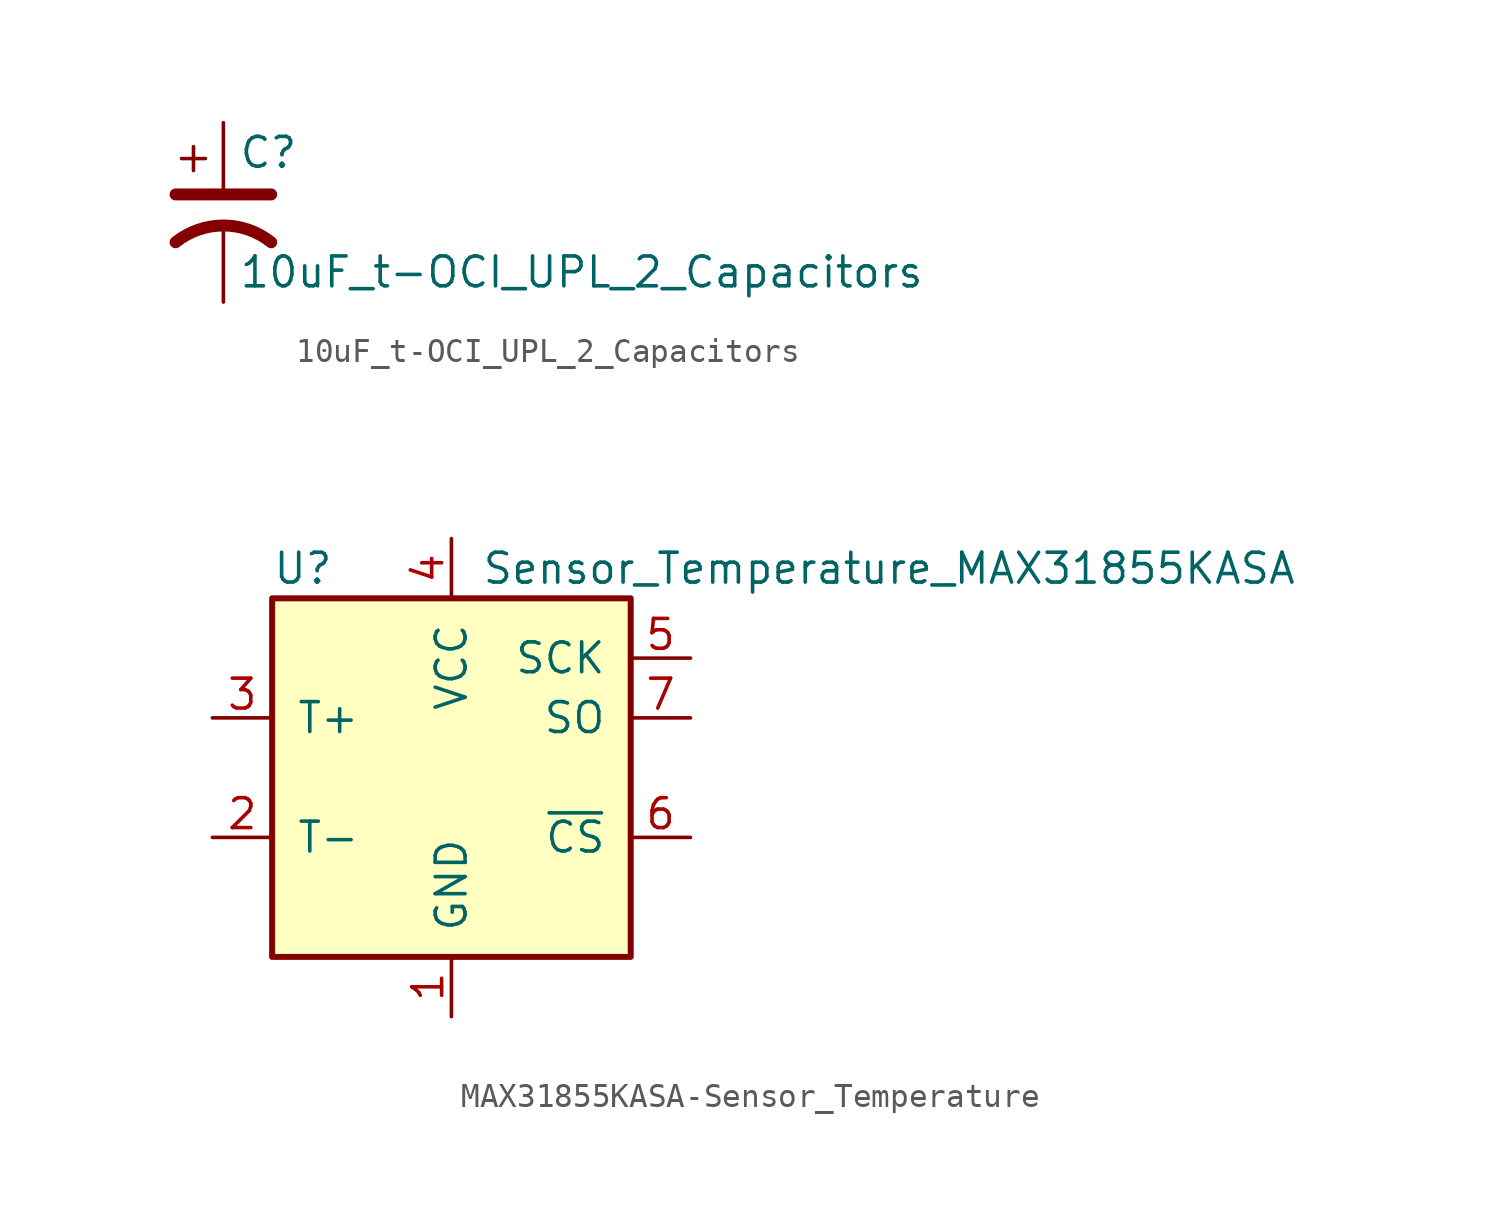
<source format=kicad_sym>
(kicad_symbol_lib
  (version 20231120)
  (generator "kicad_symbol_editor")
  (generator_version "8.0")
  (symbol "10uF_t-OCI_UPL_2_Capacitors"
    (pin_numbers hide)
    (pin_names
      (offset 0.254) hide)
    (property "Reference" "C"
      (at 0.635 2.54 0)
      (effects (font (size 1.27 1.27)) (justify left)))
    (property "Value" "10uF_t-OCI_UPL_2_Capacitors"
      (at 0.635 -2.54 0)
      (effects (font (size 1.27 1.27)) (justify left)))
    (symbol "10uF_t-OCI_UPL_2_Capacitors_0_1"
      (polyline (pts (xy -2.032 0.762) (xy 2.032 0.762)) (stroke (width 0.508) (type solid)) (fill (type none)))
      (polyline (pts (xy -1.778 2.286) (xy -0.762 2.286)) (stroke (width 0) (type solid)) (fill (type none)))
      (polyline (pts (xy -1.27 1.778) (xy -1.27 2.794)) (stroke (width 0) (type solid)) (fill (type none)))
      (arc (start 2.032 -1.27) (mid 0 -0.5572) (end -2.032 -1.27) (stroke (width 0.508) (type solid)) (fill (type none))))
    (symbol "10uF_t-OCI_UPL_2_Capacitors_1_1"
      (pin passive line (at 0 3.81 270) (length 2.794) (name "~" (effects (font (size 1.016 1.016)))) (number "1" (effects (font (size 1.016 1.016)))))
      (pin passive line (at 0 -3.81 90) (length 3.302) (name "~" (effects (font (size 1.016 1.016)))) (number "2" (effects (font (size 1.016 1.016)))))))
  (symbol "MAX31855KASA-Sensor_Temperature"
    (pin_names
      (offset 1.016))
    (property "Reference" "U"
      (at -7.62 8.89 0)
      (effects (font (size 1.27 1.27)) (justify left)))
    (property "Value" "Sensor_Temperature_MAX31855KASA"
      (at 1.27 8.89 0)
      (effects (font (size 1.27 1.27)) (justify left)))
    (symbol "MAX31855KASA-Sensor_Temperature_0_1"
      (rectangle (start -7.62 7.62) (end 7.62 -7.62) (stroke (width 0.254) (type solid)) (fill (type background))))
    (symbol "MAX31855KASA-Sensor_Temperature_1_1"
      (pin power_in line (at 0 -10.16 90) (length 2.54) (name "GND" (effects (font (size 1.27 1.27)))) (number "1" (effects (font (size 1.27 1.27)))))
      (pin passive line (at -10.16 -2.54 0) (length 2.54) (name "T-" (effects (font (size 1.27 1.27)))) (number "2" (effects (font (size 1.27 1.27)))))
      (pin passive line (at -10.16 2.54 0) (length 2.54) (name "T+" (effects (font (size 1.27 1.27)))) (number "3" (effects (font (size 1.27 1.27)))))
      (pin power_in line (at 0 10.16 270) (length 2.54) (name "VCC" (effects (font (size 1.27 1.27)))) (number "4" (effects (font (size 1.27 1.27)))))
      (pin input line (at 10.16 5.08 180) (length 2.54) (name "SCK" (effects (font (size 1.27 1.27)))) (number "5" (effects (font (size 1.27 1.27)))))
      (pin input line (at 10.16 -2.54 180) (length 2.54) (name "~{CS}" (effects (font (size 1.27 1.27)))) (number "6" (effects (font (size 1.27 1.27)))))
      (pin tri_state line (at 10.16 2.54 180) (length 2.54) (name "SO" (effects (font (size 1.27 1.27)))) (number "7" (effects (font (size 1.27 1.27))))))))
</source>
